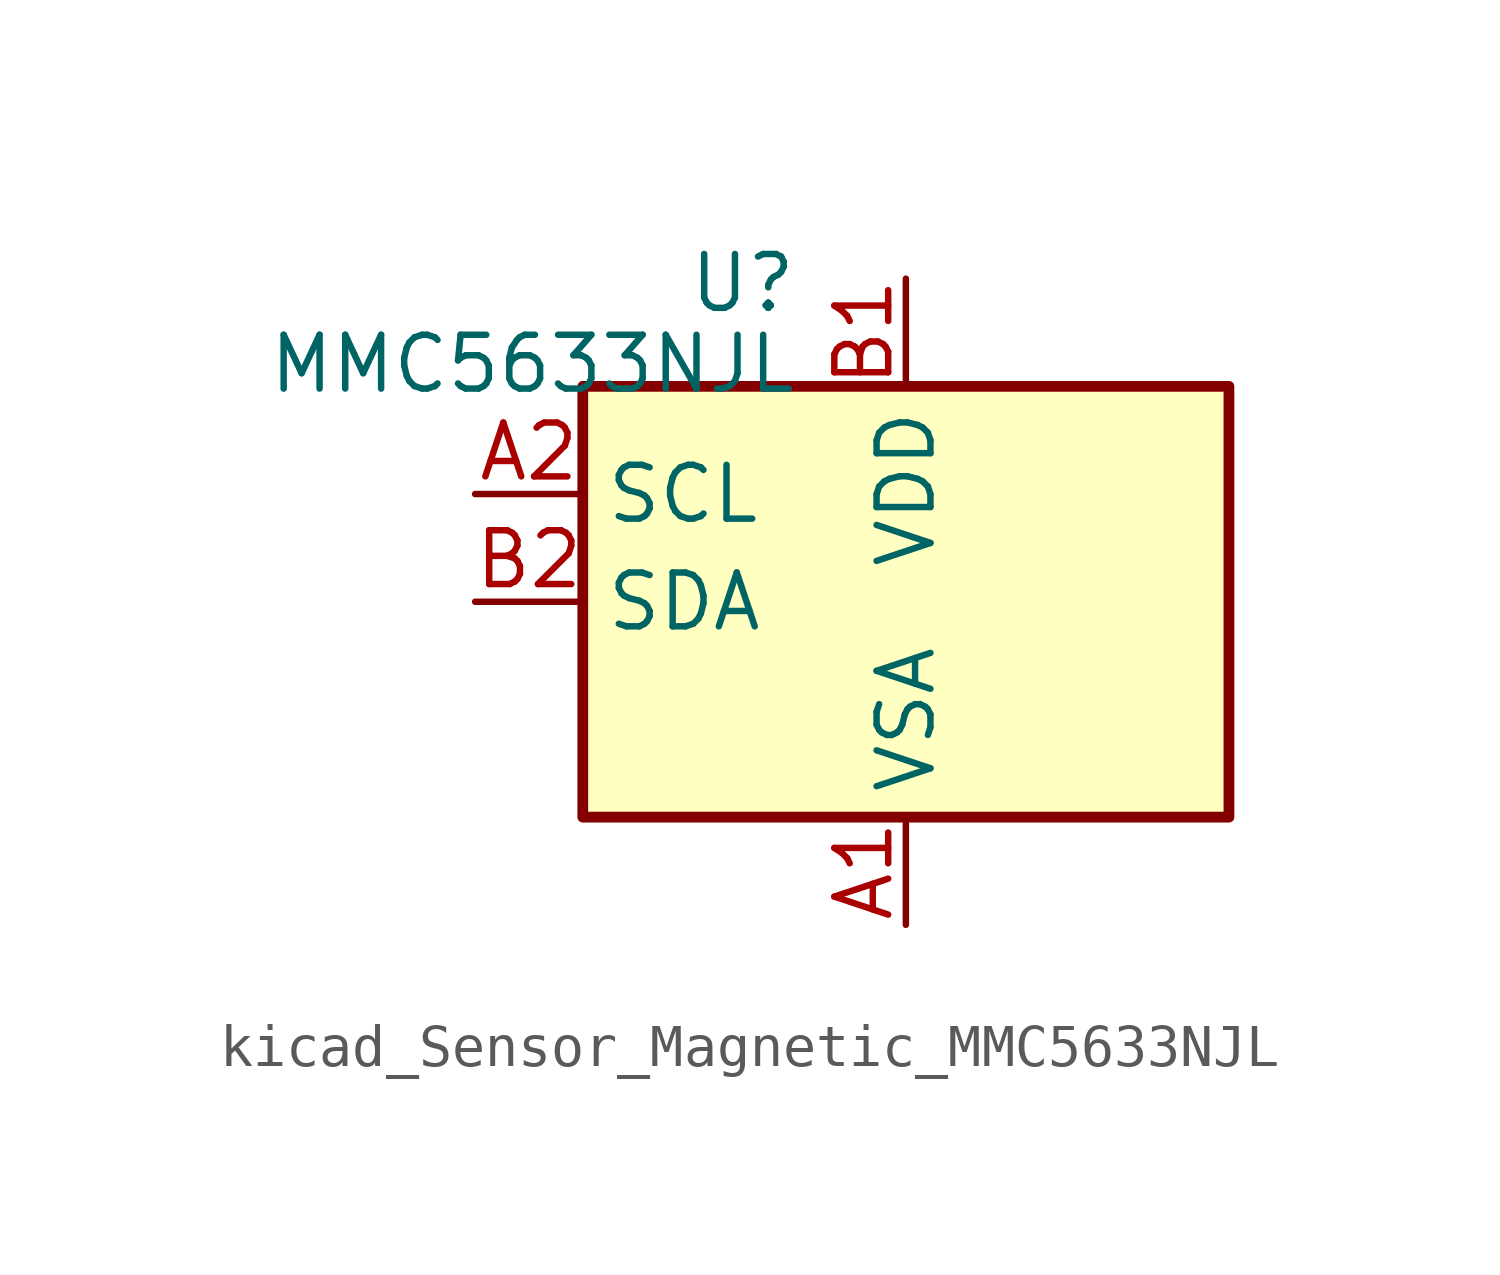
<source format=kicad_sym>
(kicad_symbol_lib
  (version 20220914)
  (generator kicad_symbol_editor)
  (symbol "kicad_Sensor_Magnetic_MMC5633NJL"
    (property "Reference" "U"
      (at -2.54 8.255 0)
      (effects (font (size 1.27 1.27)) (justify right top)))
    (property "Value" "MMC5633NJL"
      (at -2.54 6.35 0)
      (effects (font (size 1.27 1.27)) (justify right top)))
    (symbol "kicad_Sensor_Magnetic_MMC5633NJL_0_1"
      (rectangle (start -7.62 -5.08) (end 7.62 5.08) (stroke (width 0.254) (type default)) (fill (type background))))
    (symbol "kicad_Sensor_Magnetic_MMC5633NJL_1_1"
      (pin power_in line (at 0 -7.62 90) (length 2.54) (name "VSA" (effects (font (size 1.27 1.27)))) (number "A1" (effects (font (size 1.27 1.27)))))
      (pin input line (at -10.16 2.54 0) (length 2.54) (name "SCL" (effects (font (size 1.27 1.27)))) (number "A2" (effects (font (size 1.27 1.27)))))
      (pin power_in line (at 0 7.62 270) (length 2.54) (name "VDD" (effects (font (size 1.27 1.27)))) (number "B1" (effects (font (size 1.27 1.27)))))
      (pin bidirectional line (at -10.16 0 0) (length 2.54) (name "SDA" (effects (font (size 1.27 1.27)))) (number "B2" (effects (font (size 1.27 1.27))))))))
</source>
